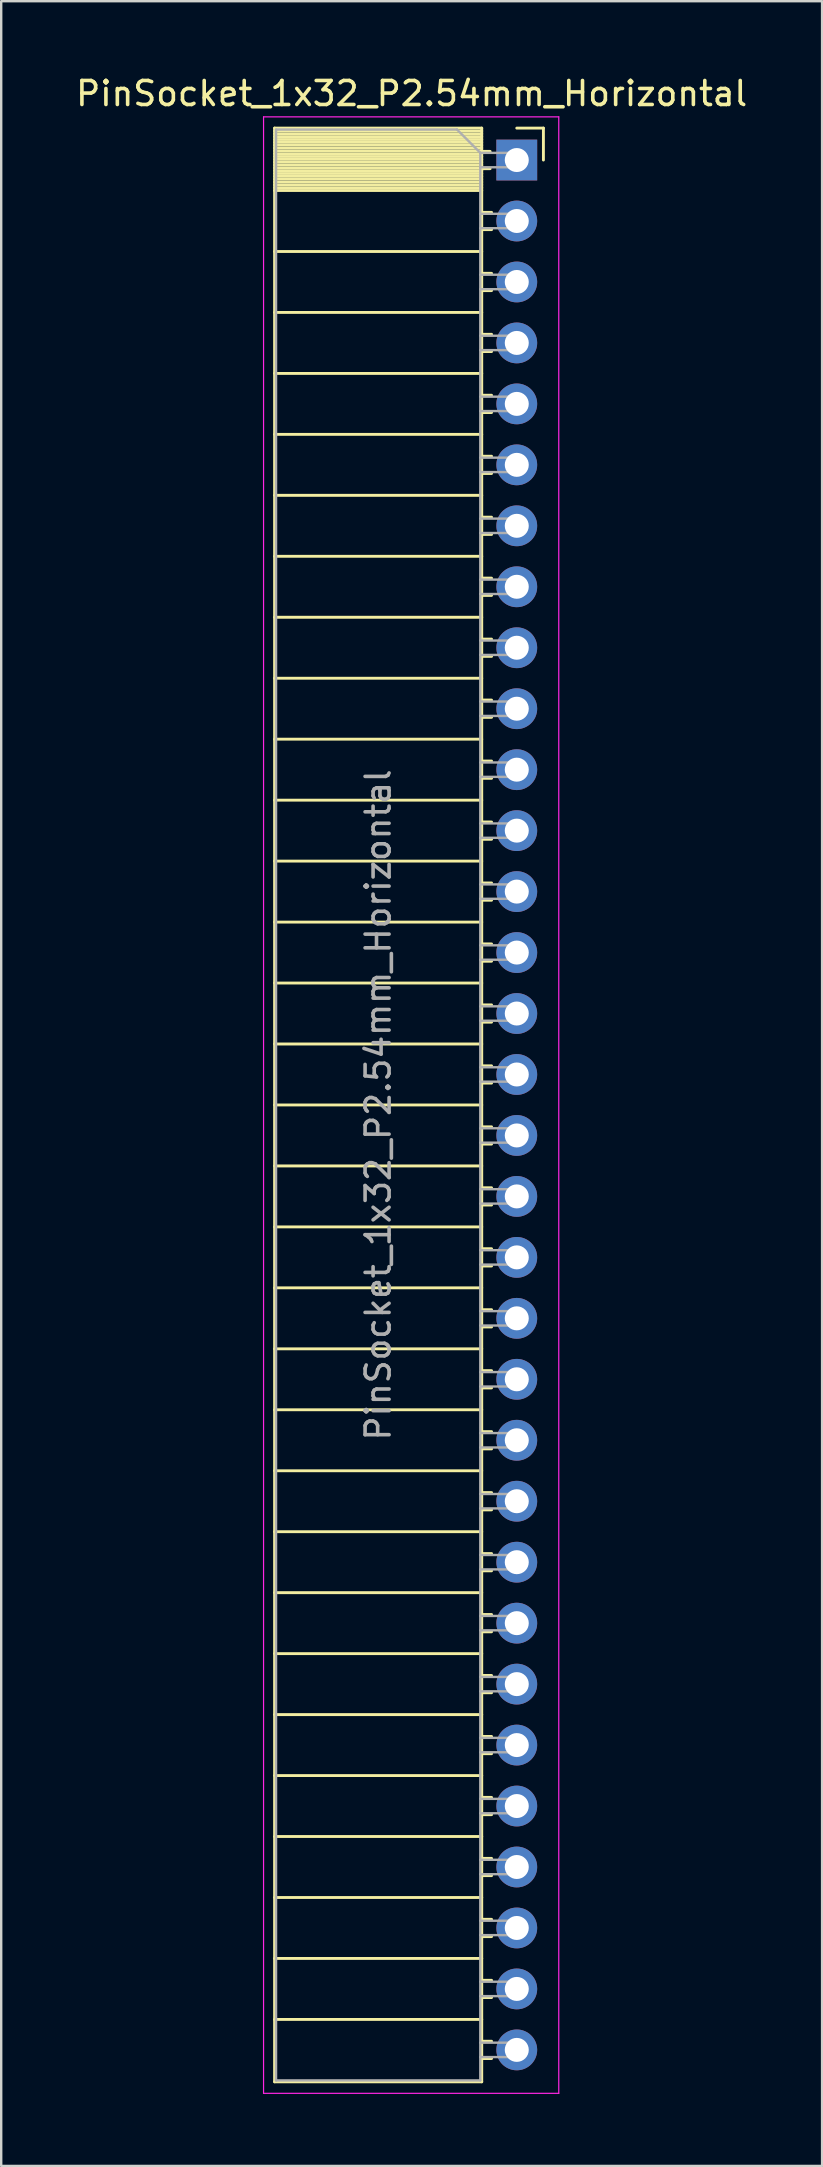
<source format=kicad_pcb>
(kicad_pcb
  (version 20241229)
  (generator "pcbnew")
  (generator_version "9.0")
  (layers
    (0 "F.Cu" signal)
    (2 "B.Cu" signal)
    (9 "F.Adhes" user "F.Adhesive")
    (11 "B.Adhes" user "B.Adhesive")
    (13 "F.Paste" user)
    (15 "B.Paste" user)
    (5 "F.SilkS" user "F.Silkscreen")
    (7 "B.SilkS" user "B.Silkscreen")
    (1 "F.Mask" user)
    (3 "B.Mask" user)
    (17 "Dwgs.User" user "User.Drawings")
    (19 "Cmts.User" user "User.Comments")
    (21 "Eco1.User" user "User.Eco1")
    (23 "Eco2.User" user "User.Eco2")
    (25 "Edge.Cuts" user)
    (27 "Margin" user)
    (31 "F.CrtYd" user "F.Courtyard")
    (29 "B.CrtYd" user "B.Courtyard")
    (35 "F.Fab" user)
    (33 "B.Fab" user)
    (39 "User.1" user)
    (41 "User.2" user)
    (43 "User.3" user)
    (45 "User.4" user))
  (footprint "PinSocket_1x32_P2.54mm_Horizontal"
    (layer "F.Cu")
    (at 18.481 3.618)
    (property "Reference" "PinSocket_1x32_P2.54mm_Horizontal" (at -4.38 -2.77 0) (layer "F.SilkS") (effects (font (size 1 1) (thickness 0.15))))
    (attr through_hole)
    (fp_line (start -10.09 -1.33) (end -10.09 80.07) (stroke (width 0.12) (type solid)) (layer "F.SilkS"))
    (fp_line (start -10.09 -1.33) (end -1.46 -1.33) (stroke (width 0.12) (type solid)) (layer "F.SilkS"))
    (fp_line (start -10.09 -1.21) (end -1.46 -1.21) (stroke (width 0.12) (type solid)) (layer "F.SilkS"))
    (fp_line (start -10.09 -1.092) (end -1.46 -1.092) (stroke (width 0.12) (type solid)) (layer "F.SilkS"))
    (fp_line (start -10.09 -0.974) (end -1.46 -0.974) (stroke (width 0.12) (type solid)) (layer "F.SilkS"))
    (fp_line (start -10.09 -0.856) (end -1.46 -0.856) (stroke (width 0.12) (type solid)) (layer "F.SilkS"))
    (fp_line (start -10.09 -0.738) (end -1.46 -0.738) (stroke (width 0.12) (type solid)) (layer "F.SilkS"))
    (fp_line (start -10.09 -0.62) (end -1.46 -0.62) (stroke (width 0.12) (type solid)) (layer "F.SilkS"))
    (fp_line (start -10.09 -0.501) (end -1.46 -0.501) (stroke (width 0.12) (type solid)) (layer "F.SilkS"))
    (fp_line (start -10.09 -0.383) (end -1.46 -0.383) (stroke (width 0.12) (type solid)) (layer "F.SilkS"))
    (fp_line (start -10.09 -0.265) (end -1.46 -0.265) (stroke (width 0.12) (type solid)) (layer "F.SilkS"))
    (fp_line (start -10.09 -0.147) (end -1.46 -0.147) (stroke (width 0.12) (type solid)) (layer "F.SilkS"))
    (fp_line (start -10.09 -0.029) (end -1.46 -0.029) (stroke (width 0.12) (type solid)) (layer "F.SilkS"))
    (fp_line (start -10.09 0.089) (end -1.46 0.089) (stroke (width 0.12) (type solid)) (layer "F.SilkS"))
    (fp_line (start -10.09 0.207) (end -1.46 0.207) (stroke (width 0.12) (type solid)) (layer "F.SilkS"))
    (fp_line (start -10.09 0.325) (end -1.46 0.325) (stroke (width 0.12) (type solid)) (layer "F.SilkS"))
    (fp_line (start -10.09 0.443) (end -1.46 0.443) (stroke (width 0.12) (type solid)) (layer "F.SilkS"))
    (fp_line (start -10.09 0.561) (end -1.46 0.561) (stroke (width 0.12) (type solid)) (layer "F.SilkS"))
    (fp_line (start -10.09 0.68) (end -1.46 0.68) (stroke (width 0.12) (type solid)) (layer "F.SilkS"))
    (fp_line (start -10.09 0.798) (end -1.46 0.798) (stroke (width 0.12) (type solid)) (layer "F.SilkS"))
    (fp_line (start -10.09 0.916) (end -1.46 0.916) (stroke (width 0.12) (type solid)) (layer "F.SilkS"))
    (fp_line (start -10.09 1.034) (end -1.46 1.034) (stroke (width 0.12) (type solid)) (layer "F.SilkS"))
    (fp_line (start -10.09 1.152) (end -1.46 1.152) (stroke (width 0.12) (type solid)) (layer "F.SilkS"))
    (fp_line (start -10.09 1.27) (end -1.46 1.27) (stroke (width 0.12) (type solid)) (layer "F.SilkS"))
    (fp_line (start -10.09 3.81) (end -1.46 3.81) (stroke (width 0.12) (type solid)) (layer "F.SilkS"))
    (fp_line (start -10.09 6.35) (end -1.46 6.35) (stroke (width 0.12) (type solid)) (layer "F.SilkS"))
    (fp_line (start -10.09 8.89) (end -1.46 8.89) (stroke (width 0.12) (type solid)) (layer "F.SilkS"))
    (fp_line (start -10.09 11.43) (end -1.46 11.43) (stroke (width 0.12) (type solid)) (layer "F.SilkS"))
    (fp_line (start -10.09 13.97) (end -1.46 13.97) (stroke (width 0.12) (type solid)) (layer "F.SilkS"))
    (fp_line (start -10.09 16.51) (end -1.46 16.51) (stroke (width 0.12) (type solid)) (layer "F.SilkS"))
    (fp_line (start -10.09 19.05) (end -1.46 19.05) (stroke (width 0.12) (type solid)) (layer "F.SilkS"))
    (fp_line (start -10.09 21.59) (end -1.46 21.59) (stroke (width 0.12) (type solid)) (layer "F.SilkS"))
    (fp_line (start -10.09 24.13) (end -1.46 24.13) (stroke (width 0.12) (type solid)) (layer "F.SilkS"))
    (fp_line (start -10.09 26.67) (end -1.46 26.67) (stroke (width 0.12) (type solid)) (layer "F.SilkS"))
    (fp_line (start -10.09 29.21) (end -1.46 29.21) (stroke (width 0.12) (type solid)) (layer "F.SilkS"))
    (fp_line (start -10.09 31.75) (end -1.46 31.75) (stroke (width 0.12) (type solid)) (layer "F.SilkS"))
    (fp_line (start -10.09 34.29) (end -1.46 34.29) (stroke (width 0.12) (type solid)) (layer "F.SilkS"))
    (fp_line (start -10.09 36.83) (end -1.46 36.83) (stroke (width 0.12) (type solid)) (layer "F.SilkS"))
    (fp_line (start -10.09 39.37) (end -1.46 39.37) (stroke (width 0.12) (type solid)) (layer "F.SilkS"))
    (fp_line (start -10.09 41.91) (end -1.46 41.91) (stroke (width 0.12) (type solid)) (layer "F.SilkS"))
    (fp_line (start -10.09 44.45) (end -1.46 44.45) (stroke (width 0.12) (type solid)) (layer "F.SilkS"))
    (fp_line (start -10.09 46.99) (end -1.46 46.99) (stroke (width 0.12) (type solid)) (layer "F.SilkS"))
    (fp_line (start -10.09 49.53) (end -1.46 49.53) (stroke (width 0.12) (type solid)) (layer "F.SilkS"))
    (fp_line (start -10.09 52.07) (end -1.46 52.07) (stroke (width 0.12) (type solid)) (layer "F.SilkS"))
    (fp_line (start -10.09 54.61) (end -1.46 54.61) (stroke (width 0.12) (type solid)) (layer "F.SilkS"))
    (fp_line (start -10.09 57.15) (end -1.46 57.15) (stroke (width 0.12) (type solid)) (layer "F.SilkS"))
    (fp_line (start -10.09 59.69) (end -1.46 59.69) (stroke (width 0.12) (type solid)) (layer "F.SilkS"))
    (fp_line (start -10.09 62.23) (end -1.46 62.23) (stroke (width 0.12) (type solid)) (layer "F.SilkS"))
    (fp_line (start -10.09 64.77) (end -1.46 64.77) (stroke (width 0.12) (type solid)) (layer "F.SilkS"))
    (fp_line (start -10.09 67.31) (end -1.46 67.31) (stroke (width 0.12) (type solid)) (layer "F.SilkS"))
    (fp_line (start -10.09 69.85) (end -1.46 69.85) (stroke (width 0.12) (type solid)) (layer "F.SilkS"))
    (fp_line (start -10.09 72.39) (end -1.46 72.39) (stroke (width 0.12) (type solid)) (layer "F.SilkS"))
    (fp_line (start -10.09 74.93) (end -1.46 74.93) (stroke (width 0.12) (type solid)) (layer "F.SilkS"))
    (fp_line (start -10.09 77.47) (end -1.46 77.47) (stroke (width 0.12) (type solid)) (layer "F.SilkS"))
    (fp_line (start -10.09 80.07) (end -1.46 80.07) (stroke (width 0.12) (type solid)) (layer "F.SilkS"))
    (fp_line (start -1.46 -1.33) (end -1.46 80.07) (stroke (width 0.12) (type solid)) (layer "F.SilkS"))
    (fp_line (start -1.46 -0.36) (end -1.11 -0.36) (stroke (width 0.12) (type solid)) (layer "F.SilkS"))
    (fp_line (start -1.46 0.36) (end -1.11 0.36) (stroke (width 0.12) (type solid)) (layer "F.SilkS"))
    (fp_line (start -1.46 2.18) (end -1.05 2.18) (stroke (width 0.12) (type solid)) (layer "F.SilkS"))
    (fp_line (start -1.46 2.9) (end -1.05 2.9) (stroke (width 0.12) (type solid)) (layer "F.SilkS"))
    (fp_line (start -1.46 4.72) (end -1.05 4.72) (stroke (width 0.12) (type solid)) (layer "F.SilkS"))
    (fp_line (start -1.46 5.44) (end -1.05 5.44) (stroke (width 0.12) (type solid)) (layer "F.SilkS"))
    (fp_line (start -1.46 7.26) (end -1.05 7.26) (stroke (width 0.12) (type solid)) (layer "F.SilkS"))
    (fp_line (start -1.46 7.98) (end -1.05 7.98) (stroke (width 0.12) (type solid)) (layer "F.SilkS"))
    (fp_line (start -1.46 9.8) (end -1.05 9.8) (stroke (width 0.12) (type solid)) (layer "F.SilkS"))
    (fp_line (start -1.46 10.52) (end -1.05 10.52) (stroke (width 0.12) (type solid)) (layer "F.SilkS"))
    (fp_line (start -1.46 12.34) (end -1.05 12.34) (stroke (width 0.12) (type solid)) (layer "F.SilkS"))
    (fp_line (start -1.46 13.06) (end -1.05 13.06) (stroke (width 0.12) (type solid)) (layer "F.SilkS"))
    (fp_line (start -1.46 14.88) (end -1.05 14.88) (stroke (width 0.12) (type solid)) (layer "F.SilkS"))
    (fp_line (start -1.46 15.6) (end -1.05 15.6) (stroke (width 0.12) (type solid)) (layer "F.SilkS"))
    (fp_line (start -1.46 17.42) (end -1.05 17.42) (stroke (width 0.12) (type solid)) (layer "F.SilkS"))
    (fp_line (start -1.46 18.14) (end -1.05 18.14) (stroke (width 0.12) (type solid)) (layer "F.SilkS"))
    (fp_line (start -1.46 19.96) (end -1.05 19.96) (stroke (width 0.12) (type solid)) (layer "F.SilkS"))
    (fp_line (start -1.46 20.68) (end -1.05 20.68) (stroke (width 0.12) (type solid)) (layer "F.SilkS"))
    (fp_line (start -1.46 22.5) (end -1.05 22.5) (stroke (width 0.12) (type solid)) (layer "F.SilkS"))
    (fp_line (start -1.46 23.22) (end -1.05 23.22) (stroke (width 0.12) (type solid)) (layer "F.SilkS"))
    (fp_line (start -1.46 25.04) (end -1.05 25.04) (stroke (width 0.12) (type solid)) (layer "F.SilkS"))
    (fp_line (start -1.46 25.76) (end -1.05 25.76) (stroke (width 0.12) (type solid)) (layer "F.SilkS"))
    (fp_line (start -1.46 27.58) (end -1.05 27.58) (stroke (width 0.12) (type solid)) (layer "F.SilkS"))
    (fp_line (start -1.46 28.3) (end -1.05 28.3) (stroke (width 0.12) (type solid)) (layer "F.SilkS"))
    (fp_line (start -1.46 30.12) (end -1.05 30.12) (stroke (width 0.12) (type solid)) (layer "F.SilkS"))
    (fp_line (start -1.46 30.84) (end -1.05 30.84) (stroke (width 0.12) (type solid)) (layer "F.SilkS"))
    (fp_line (start -1.46 32.66) (end -1.05 32.66) (stroke (width 0.12) (type solid)) (layer "F.SilkS"))
    (fp_line (start -1.46 33.38) (end -1.05 33.38) (stroke (width 0.12) (type solid)) (layer "F.SilkS"))
    (fp_line (start -1.46 35.2) (end -1.05 35.2) (stroke (width 0.12) (type solid)) (layer "F.SilkS"))
    (fp_line (start -1.46 35.92) (end -1.05 35.92) (stroke (width 0.12) (type solid)) (layer "F.SilkS"))
    (fp_line (start -1.46 37.74) (end -1.05 37.74) (stroke (width 0.12) (type solid)) (layer "F.SilkS"))
    (fp_line (start -1.46 38.46) (end -1.05 38.46) (stroke (width 0.12) (type solid)) (layer "F.SilkS"))
    (fp_line (start -1.46 40.28) (end -1.05 40.28) (stroke (width 0.12) (type solid)) (layer "F.SilkS"))
    (fp_line (start -1.46 41) (end -1.05 41) (stroke (width 0.12) (type solid)) (layer "F.SilkS"))
    (fp_line (start -1.46 42.82) (end -1.05 42.82) (stroke (width 0.12) (type solid)) (layer "F.SilkS"))
    (fp_line (start -1.46 43.54) (end -1.05 43.54) (stroke (width 0.12) (type solid)) (layer "F.SilkS"))
    (fp_line (start -1.46 45.36) (end -1.05 45.36) (stroke (width 0.12) (type solid)) (layer "F.SilkS"))
    (fp_line (start -1.46 46.08) (end -1.05 46.08) (stroke (width 0.12) (type solid)) (layer "F.SilkS"))
    (fp_line (start -1.46 47.9) (end -1.05 47.9) (stroke (width 0.12) (type solid)) (layer "F.SilkS"))
    (fp_line (start -1.46 48.62) (end -1.05 48.62) (stroke (width 0.12) (type solid)) (layer "F.SilkS"))
    (fp_line (start -1.46 50.44) (end -1.05 50.44) (stroke (width 0.12) (type solid)) (layer "F.SilkS"))
    (fp_line (start -1.46 51.16) (end -1.05 51.16) (stroke (width 0.12) (type solid)) (layer "F.SilkS"))
    (fp_line (start -1.46 52.98) (end -1.05 52.98) (stroke (width 0.12) (type solid)) (layer "F.SilkS"))
    (fp_line (start -1.46 53.7) (end -1.05 53.7) (stroke (width 0.12) (type solid)) (layer "F.SilkS"))
    (fp_line (start -1.46 55.52) (end -1.05 55.52) (stroke (width 0.12) (type solid)) (layer "F.SilkS"))
    (fp_line (start -1.46 56.24) (end -1.05 56.24) (stroke (width 0.12) (type solid)) (layer "F.SilkS"))
    (fp_line (start -1.46 58.06) (end -1.05 58.06) (stroke (width 0.12) (type solid)) (layer "F.SilkS"))
    (fp_line (start -1.46 58.78) (end -1.05 58.78) (stroke (width 0.12) (type solid)) (layer "F.SilkS"))
    (fp_line (start -1.46 60.6) (end -1.05 60.6) (stroke (width 0.12) (type solid)) (layer "F.SilkS"))
    (fp_line (start -1.46 61.32) (end -1.05 61.32) (stroke (width 0.12) (type solid)) (layer "F.SilkS"))
    (fp_line (start -1.46 63.14) (end -1.05 63.14) (stroke (width 0.12) (type solid)) (layer "F.SilkS"))
    (fp_line (start -1.46 63.86) (end -1.05 63.86) (stroke (width 0.12) (type solid)) (layer "F.SilkS"))
    (fp_line (start -1.46 65.68) (end -1.05 65.68) (stroke (width 0.12) (type solid)) (layer "F.SilkS"))
    (fp_line (start -1.46 66.4) (end -1.05 66.4) (stroke (width 0.12) (type solid)) (layer "F.SilkS"))
    (fp_line (start -1.46 68.22) (end -1.05 68.22) (stroke (width 0.12) (type solid)) (layer "F.SilkS"))
    (fp_line (start -1.46 68.94) (end -1.05 68.94) (stroke (width 0.12) (type solid)) (layer "F.SilkS"))
    (fp_line (start -1.46 70.76) (end -1.05 70.76) (stroke (width 0.12) (type solid)) (layer "F.SilkS"))
    (fp_line (start -1.46 71.48) (end -1.05 71.48) (stroke (width 0.12) (type solid)) (layer "F.SilkS"))
    (fp_line (start -1.46 73.3) (end -1.05 73.3) (stroke (width 0.12) (type solid)) (layer "F.SilkS"))
    (fp_line (start -1.46 74.02) (end -1.05 74.02) (stroke (width 0.12) (type solid)) (layer "F.SilkS"))
    (fp_line (start -1.46 75.84) (end -1.05 75.84) (stroke (width 0.12) (type solid)) (layer "F.SilkS"))
    (fp_line (start -1.46 76.56) (end -1.05 76.56) (stroke (width 0.12) (type solid)) (layer "F.SilkS"))
    (fp_line (start -1.46 78.38) (end -1.05 78.38) (stroke (width 0.12) (type solid)) (layer "F.SilkS"))
    (fp_line (start -1.46 79.1) (end -1.05 79.1) (stroke (width 0.12) (type solid)) (layer "F.SilkS"))
    (fp_line (start 0 -1.33) (end 1.11 -1.33) (stroke (width 0.12) (type solid)) (layer "F.SilkS"))
    (fp_line (start 1.11 -1.33) (end 1.11 0) (stroke (width 0.12) (type solid)) (layer "F.SilkS"))
    (fp_line (start -10.55 -1.8) (end -10.55 80.55) (stroke (width 0.05) (type solid)) (layer "F.CrtYd"))
    (fp_line (start -10.55 80.55) (end 1.75 80.55) (stroke (width 0.05) (type solid)) (layer "F.CrtYd"))
    (fp_line (start 1.75 -1.8) (end -10.55 -1.8) (stroke (width 0.05) (type solid)) (layer "F.CrtYd"))
    (fp_line (start 1.75 80.55) (end 1.75 -1.8) (stroke (width 0.05) (type solid)) (layer "F.CrtYd"))
    (fp_line (start -10.03 -1.27) (end -2.49 -1.27) (stroke (width 0.1) (type solid)) (layer "F.Fab"))
    (fp_line (start -10.03 80.01) (end -10.03 -1.27) (stroke (width 0.1) (type solid)) (layer "F.Fab"))
    (fp_line (start -2.49 -1.27) (end -1.52 -0.3) (stroke (width 0.1) (type solid)) (layer "F.Fab"))
    (fp_line (start -1.52 -0.3) (end -1.52 80.01) (stroke (width 0.1) (type solid)) (layer "F.Fab"))
    (fp_line (start -1.52 0.3) (end 0 0.3) (stroke (width 0.1) (type solid)) (layer "F.Fab"))
    (fp_line (start -1.52 2.84) (end 0 2.84) (stroke (width 0.1) (type solid)) (layer "F.Fab"))
    (fp_line (start -1.52 5.38) (end 0 5.38) (stroke (width 0.1) (type solid)) (layer "F.Fab"))
    (fp_line (start -1.52 7.92) (end 0 7.92) (stroke (width 0.1) (type solid)) (layer "F.Fab"))
    (fp_line (start -1.52 10.46) (end 0 10.46) (stroke (width 0.1) (type solid)) (layer "F.Fab"))
    (fp_line (start -1.52 13) (end 0 13) (stroke (width 0.1) (type solid)) (layer "F.Fab"))
    (fp_line (start -1.52 15.54) (end 0 15.54) (stroke (width 0.1) (type solid)) (layer "F.Fab"))
    (fp_line (start -1.52 18.08) (end 0 18.08) (stroke (width 0.1) (type solid)) (layer "F.Fab"))
    (fp_line (start -1.52 20.62) (end 0 20.62) (stroke (width 0.1) (type solid)) (layer "F.Fab"))
    (fp_line (start -1.52 23.16) (end 0 23.16) (stroke (width 0.1) (type solid)) (layer "F.Fab"))
    (fp_line (start -1.52 25.7) (end 0 25.7) (stroke (width 0.1) (type solid)) (layer "F.Fab"))
    (fp_line (start -1.52 28.24) (end 0 28.24) (stroke (width 0.1) (type solid)) (layer "F.Fab"))
    (fp_line (start -1.52 30.78) (end 0 30.78) (stroke (width 0.1) (type solid)) (layer "F.Fab"))
    (fp_line (start -1.52 33.32) (end 0 33.32) (stroke (width 0.1) (type solid)) (layer "F.Fab"))
    (fp_line (start -1.52 35.86) (end 0 35.86) (stroke (width 0.1) (type solid)) (layer "F.Fab"))
    (fp_line (start -1.52 38.4) (end 0 38.4) (stroke (width 0.1) (type solid)) (layer "F.Fab"))
    (fp_line (start -1.52 40.94) (end 0 40.94) (stroke (width 0.1) (type solid)) (layer "F.Fab"))
    (fp_line (start -1.52 43.48) (end 0 43.48) (stroke (width 0.1) (type solid)) (layer "F.Fab"))
    (fp_line (start -1.52 46.02) (end 0 46.02) (stroke (width 0.1) (type solid)) (layer "F.Fab"))
    (fp_line (start -1.52 48.56) (end 0 48.56) (stroke (width 0.1) (type solid)) (layer "F.Fab"))
    (fp_line (start -1.52 51.1) (end 0 51.1) (stroke (width 0.1) (type solid)) (layer "F.Fab"))
    (fp_line (start -1.52 53.64) (end 0 53.64) (stroke (width 0.1) (type solid)) (layer "F.Fab"))
    (fp_line (start -1.52 56.18) (end 0 56.18) (stroke (width 0.1) (type solid)) (layer "F.Fab"))
    (fp_line (start -1.52 58.72) (end 0 58.72) (stroke (width 0.1) (type solid)) (layer "F.Fab"))
    (fp_line (start -1.52 61.26) (end 0 61.26) (stroke (width 0.1) (type solid)) (layer "F.Fab"))
    (fp_line (start -1.52 63.8) (end 0 63.8) (stroke (width 0.1) (type solid)) (layer "F.Fab"))
    (fp_line (start -1.52 66.34) (end 0 66.34) (stroke (width 0.1) (type solid)) (layer "F.Fab"))
    (fp_line (start -1.52 68.88) (end 0 68.88) (stroke (width 0.1) (type solid)) (layer "F.Fab"))
    (fp_line (start -1.52 71.42) (end 0 71.42) (stroke (width 0.1) (type solid)) (layer "F.Fab"))
    (fp_line (start -1.52 73.96) (end 0 73.96) (stroke (width 0.1) (type solid)) (layer "F.Fab"))
    (fp_line (start -1.52 76.5) (end 0 76.5) (stroke (width 0.1) (type solid)) (layer "F.Fab"))
    (fp_line (start -1.52 79.04) (end 0 79.04) (stroke (width 0.1) (type solid)) (layer "F.Fab"))
    (fp_line (start -1.52 80.01) (end -10.03 80.01) (stroke (width 0.1) (type solid)) (layer "F.Fab"))
    (fp_line (start 0 -0.3) (end -1.52 -0.3) (stroke (width 0.1) (type solid)) (layer "F.Fab"))
    (fp_line (start 0 0.3) (end 0 -0.3) (stroke (width 0.1) (type solid)) (layer "F.Fab"))
    (fp_line (start 0 2.24) (end -1.52 2.24) (stroke (width 0.1) (type solid)) (layer "F.Fab"))
    (fp_line (start 0 2.84) (end 0 2.24) (stroke (width 0.1) (type solid)) (layer "F.Fab"))
    (fp_line (start 0 4.78) (end -1.52 4.78) (stroke (width 0.1) (type solid)) (layer "F.Fab"))
    (fp_line (start 0 5.38) (end 0 4.78) (stroke (width 0.1) (type solid)) (layer "F.Fab"))
    (fp_line (start 0 7.32) (end -1.52 7.32) (stroke (width 0.1) (type solid)) (layer "F.Fab"))
    (fp_line (start 0 7.92) (end 0 7.32) (stroke (width 0.1) (type solid)) (layer "F.Fab"))
    (fp_line (start 0 9.86) (end -1.52 9.86) (stroke (width 0.1) (type solid)) (layer "F.Fab"))
    (fp_line (start 0 10.46) (end 0 9.86) (stroke (width 0.1) (type solid)) (layer "F.Fab"))
    (fp_line (start 0 12.4) (end -1.52 12.4) (stroke (width 0.1) (type solid)) (layer "F.Fab"))
    (fp_line (start 0 13) (end 0 12.4) (stroke (width 0.1) (type solid)) (layer "F.Fab"))
    (fp_line (start 0 14.94) (end -1.52 14.94) (stroke (width 0.1) (type solid)) (layer "F.Fab"))
    (fp_line (start 0 15.54) (end 0 14.94) (stroke (width 0.1) (type solid)) (layer "F.Fab"))
    (fp_line (start 0 17.48) (end -1.52 17.48) (stroke (width 0.1) (type solid)) (layer "F.Fab"))
    (fp_line (start 0 18.08) (end 0 17.48) (stroke (width 0.1) (type solid)) (layer "F.Fab"))
    (fp_line (start 0 20.02) (end -1.52 20.02) (stroke (width 0.1) (type solid)) (layer "F.Fab"))
    (fp_line (start 0 20.62) (end 0 20.02) (stroke (width 0.1) (type solid)) (layer "F.Fab"))
    (fp_line (start 0 22.56) (end -1.52 22.56) (stroke (width 0.1) (type solid)) (layer "F.Fab"))
    (fp_line (start 0 23.16) (end 0 22.56) (stroke (width 0.1) (type solid)) (layer "F.Fab"))
    (fp_line (start 0 25.1) (end -1.52 25.1) (stroke (width 0.1) (type solid)) (layer "F.Fab"))
    (fp_line (start 0 25.7) (end 0 25.1) (stroke (width 0.1) (type solid)) (layer "F.Fab"))
    (fp_line (start 0 27.64) (end -1.52 27.64) (stroke (width 0.1) (type solid)) (layer "F.Fab"))
    (fp_line (start 0 28.24) (end 0 27.64) (stroke (width 0.1) (type solid)) (layer "F.Fab"))
    (fp_line (start 0 30.18) (end -1.52 30.18) (stroke (width 0.1) (type solid)) (layer "F.Fab"))
    (fp_line (start 0 30.78) (end 0 30.18) (stroke (width 0.1) (type solid)) (layer "F.Fab"))
    (fp_line (start 0 32.72) (end -1.52 32.72) (stroke (width 0.1) (type solid)) (layer "F.Fab"))
    (fp_line (start 0 33.32) (end 0 32.72) (stroke (width 0.1) (type solid)) (layer "F.Fab"))
    (fp_line (start 0 35.26) (end -1.52 35.26) (stroke (width 0.1) (type solid)) (layer "F.Fab"))
    (fp_line (start 0 35.86) (end 0 35.26) (stroke (width 0.1) (type solid)) (layer "F.Fab"))
    (fp_line (start 0 37.8) (end -1.52 37.8) (stroke (width 0.1) (type solid)) (layer "F.Fab"))
    (fp_line (start 0 38.4) (end 0 37.8) (stroke (width 0.1) (type solid)) (layer "F.Fab"))
    (fp_line (start 0 40.34) (end -1.52 40.34) (stroke (width 0.1) (type solid)) (layer "F.Fab"))
    (fp_line (start 0 40.94) (end 0 40.34) (stroke (width 0.1) (type solid)) (layer "F.Fab"))
    (fp_line (start 0 42.88) (end -1.52 42.88) (stroke (width 0.1) (type solid)) (layer "F.Fab"))
    (fp_line (start 0 43.48) (end 0 42.88) (stroke (width 0.1) (type solid)) (layer "F.Fab"))
    (fp_line (start 0 45.42) (end -1.52 45.42) (stroke (width 0.1) (type solid)) (layer "F.Fab"))
    (fp_line (start 0 46.02) (end 0 45.42) (stroke (width 0.1) (type solid)) (layer "F.Fab"))
    (fp_line (start 0 47.96) (end -1.52 47.96) (stroke (width 0.1) (type solid)) (layer "F.Fab"))
    (fp_line (start 0 48.56) (end 0 47.96) (stroke (width 0.1) (type solid)) (layer "F.Fab"))
    (fp_line (start 0 50.5) (end -1.52 50.5) (stroke (width 0.1) (type solid)) (layer "F.Fab"))
    (fp_line (start 0 51.1) (end 0 50.5) (stroke (width 0.1) (type solid)) (layer "F.Fab"))
    (fp_line (start 0 53.04) (end -1.52 53.04) (stroke (width 0.1) (type solid)) (layer "F.Fab"))
    (fp_line (start 0 53.64) (end 0 53.04) (stroke (width 0.1) (type solid)) (layer "F.Fab"))
    (fp_line (start 0 55.58) (end -1.52 55.58) (stroke (width 0.1) (type solid)) (layer "F.Fab"))
    (fp_line (start 0 56.18) (end 0 55.58) (stroke (width 0.1) (type solid)) (layer "F.Fab"))
    (fp_line (start 0 58.12) (end -1.52 58.12) (stroke (width 0.1) (type solid)) (layer "F.Fab"))
    (fp_line (start 0 58.72) (end 0 58.12) (stroke (width 0.1) (type solid)) (layer "F.Fab"))
    (fp_line (start 0 60.66) (end -1.52 60.66) (stroke (width 0.1) (type solid)) (layer "F.Fab"))
    (fp_line (start 0 61.26) (end 0 60.66) (stroke (width 0.1) (type solid)) (layer "F.Fab"))
    (fp_line (start 0 63.2) (end -1.52 63.2) (stroke (width 0.1) (type solid)) (layer "F.Fab"))
    (fp_line (start 0 63.8) (end 0 63.2) (stroke (width 0.1) (type solid)) (layer "F.Fab"))
    (fp_line (start 0 65.74) (end -1.52 65.74) (stroke (width 0.1) (type solid)) (layer "F.Fab"))
    (fp_line (start 0 66.34) (end 0 65.74) (stroke (width 0.1) (type solid)) (layer "F.Fab"))
    (fp_line (start 0 68.28) (end -1.52 68.28) (stroke (width 0.1) (type solid)) (layer "F.Fab"))
    (fp_line (start 0 68.88) (end 0 68.28) (stroke (width 0.1) (type solid)) (layer "F.Fab"))
    (fp_line (start 0 70.82) (end -1.52 70.82) (stroke (width 0.1) (type solid)) (layer "F.Fab"))
    (fp_line (start 0 71.42) (end 0 70.82) (stroke (width 0.1) (type solid)) (layer "F.Fab"))
    (fp_line (start 0 73.36) (end -1.52 73.36) (stroke (width 0.1) (type solid)) (layer "F.Fab"))
    (fp_line (start 0 73.96) (end 0 73.36) (stroke (width 0.1) (type solid)) (layer "F.Fab"))
    (fp_line (start 0 75.9) (end -1.52 75.9) (stroke (width 0.1) (type solid)) (layer "F.Fab"))
    (fp_line (start 0 76.5) (end 0 75.9) (stroke (width 0.1) (type solid)) (layer "F.Fab"))
    (fp_line (start 0 78.44) (end -1.52 78.44) (stroke (width 0.1) (type solid)) (layer "F.Fab"))
    (fp_line (start 0 79.04) (end 0 78.44) (stroke (width 0.1) (type solid)) (layer "F.Fab"))
    (fp_text user "${REFERENCE}" (at -5.775 39.37 90) (layer "F.Fab") (effects (font (size 1 1) (thickness 0.15))))
    (pad "1" thru_hole rect (at 0 0) (size 1.7 1.7) (drill 1) (layers "*.Cu" "*.Mask"))
    (pad "2" thru_hole circle (at 0 2.54) (size 1.7 1.7) (drill 1) (layers "*.Cu" "*.Mask"))
    (pad "3" thru_hole circle (at 0 5.08) (size 1.7 1.7) (drill 1) (layers "*.Cu" "*.Mask"))
    (pad "4" thru_hole circle (at 0 7.62) (size 1.7 1.7) (drill 1) (layers "*.Cu" "*.Mask"))
    (pad "5" thru_hole circle (at 0 10.16) (size 1.7 1.7) (drill 1) (layers "*.Cu" "*.Mask"))
    (pad "6" thru_hole circle (at 0 12.7) (size 1.7 1.7) (drill 1) (layers "*.Cu" "*.Mask"))
    (pad "7" thru_hole circle (at 0 15.24) (size 1.7 1.7) (drill 1) (layers "*.Cu" "*.Mask"))
    (pad "8" thru_hole circle (at 0 17.78) (size 1.7 1.7) (drill 1) (layers "*.Cu" "*.Mask"))
    (pad "9" thru_hole circle (at 0 20.32) (size 1.7 1.7) (drill 1) (layers "*.Cu" "*.Mask"))
    (pad "10" thru_hole circle (at 0 22.86) (size 1.7 1.7) (drill 1) (layers "*.Cu" "*.Mask"))
    (pad "11" thru_hole circle (at 0 25.4) (size 1.7 1.7) (drill 1) (layers "*.Cu" "*.Mask"))
    (pad "12" thru_hole circle (at 0 27.94) (size 1.7 1.7) (drill 1) (layers "*.Cu" "*.Mask"))
    (pad "13" thru_hole circle (at 0 30.48) (size 1.7 1.7) (drill 1) (layers "*.Cu" "*.Mask"))
    (pad "14" thru_hole circle (at 0 33.02) (size 1.7 1.7) (drill 1) (layers "*.Cu" "*.Mask"))
    (pad "15" thru_hole circle (at 0 35.56) (size 1.7 1.7) (drill 1) (layers "*.Cu" "*.Mask"))
    (pad "16" thru_hole circle (at 0 38.1) (size 1.7 1.7) (drill 1) (layers "*.Cu" "*.Mask"))
    (pad "17" thru_hole circle (at 0 40.64) (size 1.7 1.7) (drill 1) (layers "*.Cu" "*.Mask"))
    (pad "18" thru_hole circle (at 0 43.18) (size 1.7 1.7) (drill 1) (layers "*.Cu" "*.Mask"))
    (pad "19" thru_hole circle (at 0 45.72) (size 1.7 1.7) (drill 1) (layers "*.Cu" "*.Mask"))
    (pad "20" thru_hole circle (at 0 48.26) (size 1.7 1.7) (drill 1) (layers "*.Cu" "*.Mask"))
    (pad "21" thru_hole circle (at 0 50.8) (size 1.7 1.7) (drill 1) (layers "*.Cu" "*.Mask"))
    (pad "22" thru_hole circle (at 0 53.34) (size 1.7 1.7) (drill 1) (layers "*.Cu" "*.Mask"))
    (pad "23" thru_hole circle (at 0 55.88) (size 1.7 1.7) (drill 1) (layers "*.Cu" "*.Mask"))
    (pad "24" thru_hole circle (at 0 58.42) (size 1.7 1.7) (drill 1) (layers "*.Cu" "*.Mask"))
    (pad "25" thru_hole circle (at 0 60.96) (size 1.7 1.7) (drill 1) (layers "*.Cu" "*.Mask"))
    (pad "26" thru_hole circle (at 0 63.5) (size 1.7 1.7) (drill 1) (layers "*.Cu" "*.Mask"))
    (pad "27" thru_hole circle (at 0 66.04) (size 1.7 1.7) (drill 1) (layers "*.Cu" "*.Mask"))
    (pad "28" thru_hole circle (at 0 68.58) (size 1.7 1.7) (drill 1) (layers "*.Cu" "*.Mask"))
    (pad "29" thru_hole circle (at 0 71.12) (size 1.7 1.7) (drill 1) (layers "*.Cu" "*.Mask"))
    (pad "30" thru_hole circle (at 0 73.66) (size 1.7 1.7) (drill 1) (layers "*.Cu" "*.Mask"))
    (pad "31" thru_hole circle (at 0 76.2) (size 1.7 1.7) (drill 1) (layers "*.Cu" "*.Mask"))
    (pad "32" thru_hole circle (at 0 78.74) (size 1.7 1.7) (drill 1) (layers "*.Cu" "*.Mask")))
  (gr_rect
    (start -3 -3)
    (end 31.202 87.193)
    (stroke (width 0.1) (type default))
    (fill no)
    (layer "Edge.Cuts")))
</source>
